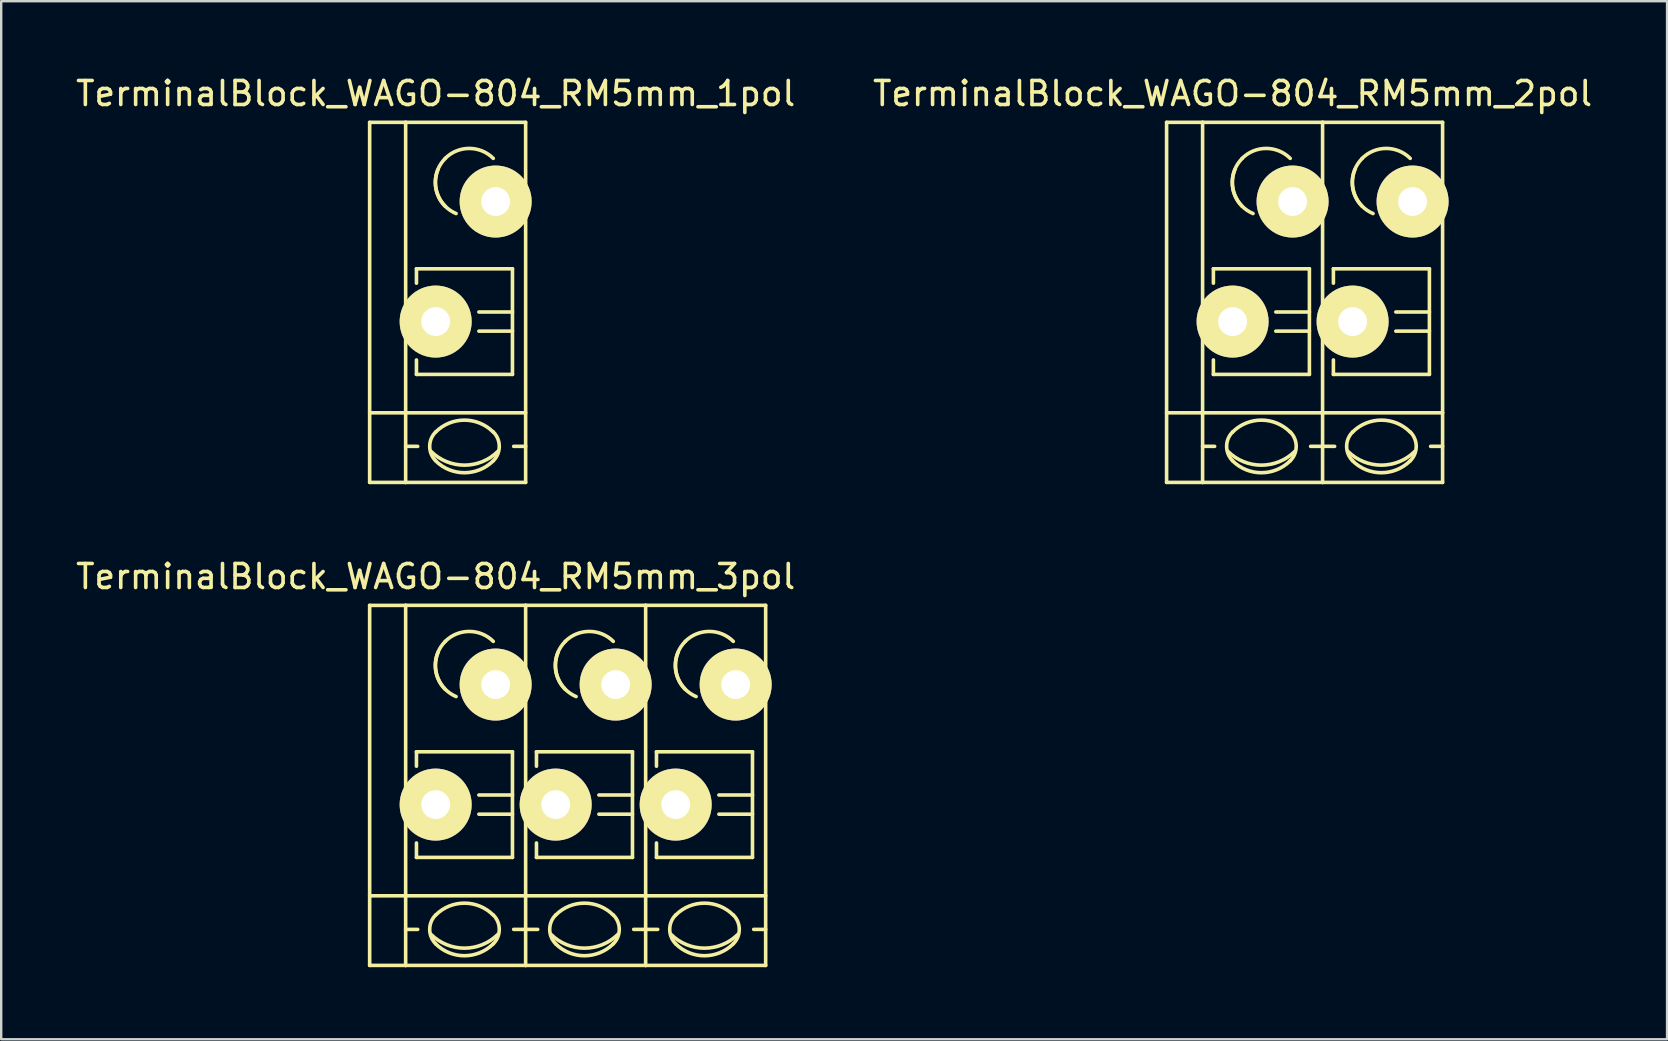
<source format=kicad_pcb>
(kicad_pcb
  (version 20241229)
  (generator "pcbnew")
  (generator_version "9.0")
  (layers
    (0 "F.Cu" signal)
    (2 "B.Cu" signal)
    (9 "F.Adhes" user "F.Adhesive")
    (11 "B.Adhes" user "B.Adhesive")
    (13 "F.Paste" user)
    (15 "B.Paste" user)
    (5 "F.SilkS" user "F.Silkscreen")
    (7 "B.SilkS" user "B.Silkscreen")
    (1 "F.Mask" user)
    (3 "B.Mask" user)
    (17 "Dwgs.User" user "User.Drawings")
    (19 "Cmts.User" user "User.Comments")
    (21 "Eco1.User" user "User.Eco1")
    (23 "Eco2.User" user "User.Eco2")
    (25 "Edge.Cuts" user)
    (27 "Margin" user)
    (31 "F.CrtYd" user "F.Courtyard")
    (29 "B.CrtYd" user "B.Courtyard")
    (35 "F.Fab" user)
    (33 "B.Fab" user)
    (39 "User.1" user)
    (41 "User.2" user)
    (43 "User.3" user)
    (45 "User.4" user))
  (footprint "TerminalBlock_WAGO-804_RM5mm_3pol"
    (layer "F.Cu")
    (at 15.101 30.472)
    (property "Reference" "TerminalBlock_WAGO-804_RM5mm_3pol" (at 0 -9.5 0) (layer "F.SilkS") (effects (font (size 1 1) (thickness 0.15))))
    (attr through_hole)
    (fp_line (start -2.75 -8.3) (end -1.25 -8.3) (stroke (width 0.15) (type solid)) (layer "F.SilkS"))
    (fp_line (start -2.75 6.7) (end -2.75 -8.3) (stroke (width 0.15) (type solid)) (layer "F.SilkS"))
    (fp_line (start -1.25 6.7) (end -2.75 6.7) (stroke (width 0.15) (type solid)) (layer "F.SilkS"))
    (fp_line (start -1.25 5.199) (end -0.749 5.199) (stroke (width 0.15) (type solid)) (layer "F.SilkS"))
    (fp_line (start -1.25 6.701) (end -1.25 -8.301) (stroke (width 0.15) (type solid)) (layer "F.SilkS"))
    (fp_line (start -0.8 -2.2) (end -0.8 -1.6) (stroke (width 0.15) (type solid)) (layer "F.SilkS"))
    (fp_line (start -0.8 -2.2) (end 3.2 -2.2) (stroke (width 0.15) (type solid)) (layer "F.SilkS"))
    (fp_line (start -0.8 2.2) (end -0.8 1.6) (stroke (width 0.15) (type solid)) (layer "F.SilkS"))
    (fp_line (start 3.2 -2.2) (end 3.2 2.2) (stroke (width 0.15) (type solid)) (layer "F.SilkS"))
    (fp_line (start 3.2 -0.399) (end 1.801 -0.399) (stroke (width 0.15) (type solid)) (layer "F.SilkS"))
    (fp_line (start 3.2 0.399) (end 1.801 0.399) (stroke (width 0.15) (type solid)) (layer "F.SilkS"))
    (fp_line (start 3.2 2.2) (end -0.8 2.2) (stroke (width 0.15) (type solid)) (layer "F.SilkS"))
    (fp_line (start 3.749 -8.301) (end -1.25 -8.301) (stroke (width 0.15) (type solid)) (layer "F.SilkS"))
    (fp_line (start 3.749 -8.301) (end 3.749 6.701) (stroke (width 0.15) (type solid)) (layer "F.SilkS"))
    (fp_line (start 3.749 5.199) (end 3.251 5.199) (stroke (width 0.15) (type solid)) (layer "F.SilkS"))
    (fp_line (start 3.749 6.701) (end -1.25 6.701) (stroke (width 0.15) (type solid)) (layer "F.SilkS"))
    (fp_line (start 3.75 3.8) (end -2.75 3.8) (stroke (width 0.15) (type solid)) (layer "F.SilkS"))
    (fp_line (start 3.75 3.8) (end 8.75 3.8) (stroke (width 0.15) (type solid)) (layer "F.SilkS"))
    (fp_line (start 3.75 5.199) (end 4.251 5.199) (stroke (width 0.15) (type solid)) (layer "F.SilkS"))
    (fp_line (start 4.2 -2.2) (end 4.2 -1.6) (stroke (width 0.15) (type solid)) (layer "F.SilkS"))
    (fp_line (start 4.2 -2.2) (end 8.2 -2.2) (stroke (width 0.15) (type solid)) (layer "F.SilkS"))
    (fp_line (start 4.2 2.2) (end 4.2 1.6) (stroke (width 0.15) (type solid)) (layer "F.SilkS"))
    (fp_line (start 8.2 -2.2) (end 8.2 2.2) (stroke (width 0.15) (type solid)) (layer "F.SilkS"))
    (fp_line (start 8.2 -0.399) (end 6.801 -0.399) (stroke (width 0.15) (type solid)) (layer "F.SilkS"))
    (fp_line (start 8.2 0.399) (end 6.801 0.399) (stroke (width 0.15) (type solid)) (layer "F.SilkS"))
    (fp_line (start 8.2 2.2) (end 4.2 2.2) (stroke (width 0.15) (type solid)) (layer "F.SilkS"))
    (fp_line (start 8.749 -8.301) (end 3.75 -8.301) (stroke (width 0.15) (type solid)) (layer "F.SilkS"))
    (fp_line (start 8.749 -8.301) (end 8.749 6.701) (stroke (width 0.15) (type solid)) (layer "F.SilkS"))
    (fp_line (start 8.749 5.199) (end 8.251 5.199) (stroke (width 0.15) (type solid)) (layer "F.SilkS"))
    (fp_line (start 8.749 6.701) (end 3.75 6.701) (stroke (width 0.15) (type solid)) (layer "F.SilkS"))
    (fp_line (start 8.75 3.8) (end 13.75 3.8) (stroke (width 0.15) (type solid)) (layer "F.SilkS"))
    (fp_line (start 8.75 5.199) (end 9.251 5.199) (stroke (width 0.15) (type solid)) (layer "F.SilkS"))
    (fp_line (start 9.2 -2.2) (end 9.2 -1.6) (stroke (width 0.15) (type solid)) (layer "F.SilkS"))
    (fp_line (start 9.2 -2.2) (end 13.2 -2.2) (stroke (width 0.15) (type solid)) (layer "F.SilkS"))
    (fp_line (start 9.2 2.2) (end 9.2 1.6) (stroke (width 0.15) (type solid)) (layer "F.SilkS"))
    (fp_line (start 13.2 -2.2) (end 13.2 2.2) (stroke (width 0.15) (type solid)) (layer "F.SilkS"))
    (fp_line (start 13.2 -0.399) (end 11.801 -0.399) (stroke (width 0.15) (type solid)) (layer "F.SilkS"))
    (fp_line (start 13.2 0.399) (end 11.801 0.399) (stroke (width 0.15) (type solid)) (layer "F.SilkS"))
    (fp_line (start 13.2 2.2) (end 9.2 2.2) (stroke (width 0.15) (type solid)) (layer "F.SilkS"))
    (fp_line (start 13.749 -8.301) (end 8.75 -8.301) (stroke (width 0.15) (type solid)) (layer "F.SilkS"))
    (fp_line (start 13.749 -8.301) (end 13.749 6.701) (stroke (width 0.15) (type solid)) (layer "F.SilkS"))
    (fp_line (start 13.749 5.199) (end 13.251 5.199) (stroke (width 0.15) (type solid)) (layer "F.SilkS"))
    (fp_line (start 13.749 6.701) (end 8.75 6.701) (stroke (width 0.15) (type solid)) (layer "F.SilkS"))
    (fp_arc (start 0 4.60248) (mid 1.19888 4.105888) (end 2.39776 4.60248) (stroke (width 0.15) (type solid)) (layer "F.SilkS"))
    (fp_arc (start 0 5.79882) (mid -0.248296 5.19938) (end 0 4.59994) (stroke (width 0.15) (type solid)) (layer "F.SilkS"))
    (fp_arc (start 0.39878 -6.79958) (mid 1.39954 -7.214108) (end 2.4003 -6.79958) (stroke (width 0.15) (type solid)) (layer "F.SilkS"))
    (fp_arc (start 0.39878 -4.8006) (mid -0.013952 -5.800616) (end 0.40132 -6.79958) (stroke (width 0.15) (type solid)) (layer "F.SilkS"))
    (fp_arc (start 0.8509 -4.50088) (mid 0.093811 -5.268985) (end 0.1016 -6.34746) (stroke (width 0.15) (type solid)) (layer "F.SilkS"))
    (fp_arc (start 2.4003 5.79882) (mid 1.200676 6.297208) (end 0 5.80136) (stroke (width 0.15) (type solid)) (layer "F.SilkS"))
    (fp_arc (start 2.40284 4.59994) (mid 2.650392 5.201176) (end 2.4003 5.80136) (stroke (width 0.15) (type solid)) (layer "F.SilkS"))
    (fp_arc (start 2.60096 5.40004) (mid 1.200676 5.981545) (end -0.20066 5.40258) (stroke (width 0.15) (type solid)) (layer "F.SilkS"))
    (fp_arc (start 5 4.60248) (mid 6.19888 4.105888) (end 7.39776 4.60248) (stroke (width 0.15) (type solid)) (layer "F.SilkS"))
    (fp_arc (start 5 5.79882) (mid 4.751704 5.19938) (end 5 4.59994) (stroke (width 0.15) (type solid)) (layer "F.SilkS"))
    (fp_arc (start 5.39878 -6.79958) (mid 6.39954 -7.214108) (end 7.4003 -6.79958) (stroke (width 0.15) (type solid)) (layer "F.SilkS"))
    (fp_arc (start 5.39878 -4.8006) (mid 4.986048 -5.800616) (end 5.40132 -6.79958) (stroke (width 0.15) (type solid)) (layer "F.SilkS"))
    (fp_arc (start 5.8509 -4.50088) (mid 5.093811 -5.268985) (end 5.1016 -6.34746) (stroke (width 0.15) (type solid)) (layer "F.SilkS"))
    (fp_arc (start 7.4003 5.79882) (mid 6.200676 6.297208) (end 5 5.80136) (stroke (width 0.15) (type solid)) (layer "F.SilkS"))
    (fp_arc (start 7.40284 4.59994) (mid 7.650392 5.201176) (end 7.4003 5.80136) (stroke (width 0.15) (type solid)) (layer "F.SilkS"))
    (fp_arc (start 7.60096 5.40004) (mid 6.200676 5.981545) (end 4.79934 5.40258) (stroke (width 0.15) (type solid)) (layer "F.SilkS"))
    (fp_arc (start 10 4.60248) (mid 11.19888 4.105888) (end 12.39776 4.60248) (stroke (width 0.15) (type solid)) (layer "F.SilkS"))
    (fp_arc (start 10 5.79882) (mid 9.751704 5.19938) (end 10 4.59994) (stroke (width 0.15) (type solid)) (layer "F.SilkS"))
    (fp_arc (start 10.39878 -6.79958) (mid 11.39954 -7.214108) (end 12.4003 -6.79958) (stroke (width 0.15) (type solid)) (layer "F.SilkS"))
    (fp_arc (start 10.39878 -4.8006) (mid 9.986048 -5.800616) (end 10.40132 -6.79958) (stroke (width 0.15) (type solid)) (layer "F.SilkS"))
    (fp_arc (start 10.8509 -4.50088) (mid 10.093811 -5.268985) (end 10.1016 -6.34746) (stroke (width 0.15) (type solid)) (layer "F.SilkS"))
    (fp_arc (start 12.4003 5.79882) (mid 11.200676 6.297208) (end 10 5.80136) (stroke (width 0.15) (type solid)) (layer "F.SilkS"))
    (fp_arc (start 12.40284 4.59994) (mid 12.650392 5.201176) (end 12.4003 5.80136) (stroke (width 0.15) (type solid)) (layer "F.SilkS"))
    (fp_arc (start 12.60096 5.40004) (mid 11.200676 5.981545) (end 9.79934 5.40258) (stroke (width 0.15) (type solid)) (layer "F.SilkS"))
    (pad "1" thru_hole circle (at 0 0) (size 3 3) (drill 1.2) (layers "*.Cu" "*.Mask" "F.SilkS"))
    (pad "1" thru_hole circle (at 2.499 -5.001) (size 3 3) (drill 1.2) (layers "*.Cu" "*.Mask" "F.SilkS"))
    (pad "2" thru_hole circle (at 5 0) (size 3 3) (drill 1.2) (layers "*.Cu" "*.Mask" "F.SilkS"))
    (pad "2" thru_hole circle (at 7.499 -5.001) (size 3 3) (drill 1.2) (layers "*.Cu" "*.Mask" "F.SilkS"))
    (pad "3" thru_hole circle (at 10 0) (size 3 3) (drill 1.2) (layers "*.Cu" "*.Mask" "F.SilkS"))
    (pad "3" thru_hole circle (at 12.499 -5.001) (size 3 3) (drill 1.2) (layers "*.Cu" "*.Mask" "F.SilkS")))
  (footprint "TerminalBlock_WAGO-804_RM5mm_1pol"
    (layer "F.Cu")
    (at 15.101 10.348)
    (property "Reference" "TerminalBlock_WAGO-804_RM5mm_1pol" (at 0 -9.5 0) (layer "F.SilkS") (effects (font (size 1 1) (thickness 0.15))))
    (attr through_hole)
    (fp_line (start -2.75 -8.3) (end -1.25 -8.3) (stroke (width 0.15) (type solid)) (layer "F.SilkS"))
    (fp_line (start -2.75 6.7) (end -2.75 -8.3) (stroke (width 0.15) (type solid)) (layer "F.SilkS"))
    (fp_line (start -1.25 6.7) (end -2.75 6.7) (stroke (width 0.15) (type solid)) (layer "F.SilkS"))
    (fp_line (start -1.25 5.199) (end -0.749 5.199) (stroke (width 0.15) (type solid)) (layer "F.SilkS"))
    (fp_line (start -1.25 6.701) (end -1.25 -8.301) (stroke (width 0.15) (type solid)) (layer "F.SilkS"))
    (fp_line (start -0.8 -2.2) (end -0.8 -1.6) (stroke (width 0.15) (type solid)) (layer "F.SilkS"))
    (fp_line (start -0.8 -2.2) (end 3.2 -2.2) (stroke (width 0.15) (type solid)) (layer "F.SilkS"))
    (fp_line (start -0.8 2.2) (end -0.8 1.6) (stroke (width 0.15) (type solid)) (layer "F.SilkS"))
    (fp_line (start 3.2 -2.2) (end 3.2 2.2) (stroke (width 0.15) (type solid)) (layer "F.SilkS"))
    (fp_line (start 3.2 -0.399) (end 1.801 -0.399) (stroke (width 0.15) (type solid)) (layer "F.SilkS"))
    (fp_line (start 3.2 0.399) (end 1.801 0.399) (stroke (width 0.15) (type solid)) (layer "F.SilkS"))
    (fp_line (start 3.2 2.2) (end -0.8 2.2) (stroke (width 0.15) (type solid)) (layer "F.SilkS"))
    (fp_line (start 3.749 -8.301) (end -1.25 -8.301) (stroke (width 0.15) (type solid)) (layer "F.SilkS"))
    (fp_line (start 3.749 -8.301) (end 3.749 6.701) (stroke (width 0.15) (type solid)) (layer "F.SilkS"))
    (fp_line (start 3.749 5.199) (end 3.251 5.199) (stroke (width 0.15) (type solid)) (layer "F.SilkS"))
    (fp_line (start 3.749 6.701) (end -1.25 6.701) (stroke (width 0.15) (type solid)) (layer "F.SilkS"))
    (fp_line (start 3.75 3.8) (end -2.75 3.8) (stroke (width 0.15) (type solid)) (layer "F.SilkS"))
    (fp_arc (start 0 4.60248) (mid 1.19888 4.105888) (end 2.39776 4.60248) (stroke (width 0.15) (type solid)) (layer "F.SilkS"))
    (fp_arc (start 0 5.79882) (mid -0.248296 5.19938) (end 0 4.59994) (stroke (width 0.15) (type solid)) (layer "F.SilkS"))
    (fp_arc (start 0.39878 -6.79958) (mid 1.39954 -7.214108) (end 2.4003 -6.79958) (stroke (width 0.15) (type solid)) (layer "F.SilkS"))
    (fp_arc (start 0.39878 -4.8006) (mid -0.013952 -5.800616) (end 0.40132 -6.79958) (stroke (width 0.15) (type solid)) (layer "F.SilkS"))
    (fp_arc (start 0.8509 -4.50088) (mid 0.093811 -5.268985) (end 0.1016 -6.34746) (stroke (width 0.15) (type solid)) (layer "F.SilkS"))
    (fp_arc (start 2.4003 5.79882) (mid 1.200676 6.297208) (end 0 5.80136) (stroke (width 0.15) (type solid)) (layer "F.SilkS"))
    (fp_arc (start 2.40284 4.59994) (mid 2.650392 5.201176) (end 2.4003 5.80136) (stroke (width 0.15) (type solid)) (layer "F.SilkS"))
    (fp_arc (start 2.60096 5.40004) (mid 1.200676 5.981545) (end -0.20066 5.40258) (stroke (width 0.15) (type solid)) (layer "F.SilkS"))
    (pad "1" thru_hole circle (at 0 0) (size 3 3) (drill 1.2) (layers "*.Cu" "*.Mask" "F.SilkS"))
    (pad "1" thru_hole circle (at 2.499 -5.001) (size 3 3) (drill 1.2) (layers "*.Cu" "*.Mask" "F.SilkS")))
  (footprint "TerminalBlock_WAGO-804_RM5mm_2pol"
    (layer "F.Cu")
    (at 48.304 10.348)
    (property "Reference" "TerminalBlock_WAGO-804_RM5mm_2pol" (at 0 -9.5 0) (layer "F.SilkS") (effects (font (size 1 1) (thickness 0.15))))
    (attr through_hole)
    (fp_line (start -2.75 -8.3) (end -1.25 -8.3) (stroke (width 0.15) (type solid)) (layer "F.SilkS"))
    (fp_line (start -2.75 6.7) (end -2.75 -8.3) (stroke (width 0.15) (type solid)) (layer "F.SilkS"))
    (fp_line (start -1.25 6.7) (end -2.75 6.7) (stroke (width 0.15) (type solid)) (layer "F.SilkS"))
    (fp_line (start -1.25 5.199) (end -0.749 5.199) (stroke (width 0.15) (type solid)) (layer "F.SilkS"))
    (fp_line (start -1.25 6.701) (end -1.25 -8.301) (stroke (width 0.15) (type solid)) (layer "F.SilkS"))
    (fp_line (start -0.8 -2.2) (end -0.8 -1.6) (stroke (width 0.15) (type solid)) (layer "F.SilkS"))
    (fp_line (start -0.8 -2.2) (end 3.2 -2.2) (stroke (width 0.15) (type solid)) (layer "F.SilkS"))
    (fp_line (start -0.8 2.2) (end -0.8 1.6) (stroke (width 0.15) (type solid)) (layer "F.SilkS"))
    (fp_line (start 3.2 -2.2) (end 3.2 2.2) (stroke (width 0.15) (type solid)) (layer "F.SilkS"))
    (fp_line (start 3.2 -0.399) (end 1.801 -0.399) (stroke (width 0.15) (type solid)) (layer "F.SilkS"))
    (fp_line (start 3.2 0.399) (end 1.801 0.399) (stroke (width 0.15) (type solid)) (layer "F.SilkS"))
    (fp_line (start 3.2 2.2) (end -0.8 2.2) (stroke (width 0.15) (type solid)) (layer "F.SilkS"))
    (fp_line (start 3.749 -8.301) (end -1.25 -8.301) (stroke (width 0.15) (type solid)) (layer "F.SilkS"))
    (fp_line (start 3.749 -8.301) (end 3.749 6.701) (stroke (width 0.15) (type solid)) (layer "F.SilkS"))
    (fp_line (start 3.749 5.199) (end 3.251 5.199) (stroke (width 0.15) (type solid)) (layer "F.SilkS"))
    (fp_line (start 3.749 6.701) (end -1.25 6.701) (stroke (width 0.15) (type solid)) (layer "F.SilkS"))
    (fp_line (start 3.75 3.8) (end -2.75 3.8) (stroke (width 0.15) (type solid)) (layer "F.SilkS"))
    (fp_line (start 3.75 3.8) (end 8.75 3.8) (stroke (width 0.15) (type solid)) (layer "F.SilkS"))
    (fp_line (start 3.75 5.199) (end 4.251 5.199) (stroke (width 0.15) (type solid)) (layer "F.SilkS"))
    (fp_line (start 4.2 -2.2) (end 4.2 -1.6) (stroke (width 0.15) (type solid)) (layer "F.SilkS"))
    (fp_line (start 4.2 -2.2) (end 8.2 -2.2) (stroke (width 0.15) (type solid)) (layer "F.SilkS"))
    (fp_line (start 4.2 2.2) (end 4.2 1.6) (stroke (width 0.15) (type solid)) (layer "F.SilkS"))
    (fp_line (start 8.2 -2.2) (end 8.2 2.2) (stroke (width 0.15) (type solid)) (layer "F.SilkS"))
    (fp_line (start 8.2 -0.399) (end 6.801 -0.399) (stroke (width 0.15) (type solid)) (layer "F.SilkS"))
    (fp_line (start 8.2 0.399) (end 6.801 0.399) (stroke (width 0.15) (type solid)) (layer "F.SilkS"))
    (fp_line (start 8.2 2.2) (end 4.2 2.2) (stroke (width 0.15) (type solid)) (layer "F.SilkS"))
    (fp_line (start 8.749 -8.301) (end 3.75 -8.301) (stroke (width 0.15) (type solid)) (layer "F.SilkS"))
    (fp_line (start 8.749 -8.301) (end 8.749 6.701) (stroke (width 0.15) (type solid)) (layer "F.SilkS"))
    (fp_line (start 8.749 5.199) (end 8.251 5.199) (stroke (width 0.15) (type solid)) (layer "F.SilkS"))
    (fp_line (start 8.749 6.701) (end 3.75 6.701) (stroke (width 0.15) (type solid)) (layer "F.SilkS"))
    (fp_arc (start 0 4.60248) (mid 1.19888 4.105888) (end 2.39776 4.60248) (stroke (width 0.15) (type solid)) (layer "F.SilkS"))
    (fp_arc (start 0 5.79882) (mid -0.248296 5.19938) (end 0 4.59994) (stroke (width 0.15) (type solid)) (layer "F.SilkS"))
    (fp_arc (start 0.39878 -6.79958) (mid 1.39954 -7.214108) (end 2.4003 -6.79958) (stroke (width 0.15) (type solid)) (layer "F.SilkS"))
    (fp_arc (start 0.39878 -4.8006) (mid -0.013952 -5.800616) (end 0.40132 -6.79958) (stroke (width 0.15) (type solid)) (layer "F.SilkS"))
    (fp_arc (start 0.8509 -4.50088) (mid 0.093811 -5.268985) (end 0.1016 -6.34746) (stroke (width 0.15) (type solid)) (layer "F.SilkS"))
    (fp_arc (start 2.4003 5.79882) (mid 1.200676 6.297208) (end 0 5.80136) (stroke (width 0.15) (type solid)) (layer "F.SilkS"))
    (fp_arc (start 2.40284 4.59994) (mid 2.650392 5.201176) (end 2.4003 5.80136) (stroke (width 0.15) (type solid)) (layer "F.SilkS"))
    (fp_arc (start 2.60096 5.40004) (mid 1.200676 5.981545) (end -0.20066 5.40258) (stroke (width 0.15) (type solid)) (layer "F.SilkS"))
    (fp_arc (start 5 4.60248) (mid 6.19888 4.105888) (end 7.39776 4.60248) (stroke (width 0.15) (type solid)) (layer "F.SilkS"))
    (fp_arc (start 5 5.79882) (mid 4.751704 5.19938) (end 5 4.59994) (stroke (width 0.15) (type solid)) (layer "F.SilkS"))
    (fp_arc (start 5.39878 -6.79958) (mid 6.39954 -7.214108) (end 7.4003 -6.79958) (stroke (width 0.15) (type solid)) (layer "F.SilkS"))
    (fp_arc (start 5.39878 -4.8006) (mid 4.986048 -5.800616) (end 5.40132 -6.79958) (stroke (width 0.15) (type solid)) (layer "F.SilkS"))
    (fp_arc (start 5.8509 -4.50088) (mid 5.093811 -5.268985) (end 5.1016 -6.34746) (stroke (width 0.15) (type solid)) (layer "F.SilkS"))
    (fp_arc (start 7.4003 5.79882) (mid 6.200676 6.297208) (end 5 5.80136) (stroke (width 0.15) (type solid)) (layer "F.SilkS"))
    (fp_arc (start 7.40284 4.59994) (mid 7.650392 5.201176) (end 7.4003 5.80136) (stroke (width 0.15) (type solid)) (layer "F.SilkS"))
    (fp_arc (start 7.60096 5.40004) (mid 6.200676 5.981545) (end 4.79934 5.40258) (stroke (width 0.15) (type solid)) (layer "F.SilkS"))
    (pad "1" thru_hole circle (at 0 0) (size 3 3) (drill 1.2) (layers "*.Cu" "*.Mask" "F.SilkS"))
    (pad "1" thru_hole circle (at 2.499 -5.001) (size 3 3) (drill 1.2) (layers "*.Cu" "*.Mask" "F.SilkS"))
    (pad "2" thru_hole circle (at 5 0) (size 3 3) (drill 1.2) (layers "*.Cu" "*.Mask" "F.SilkS"))
    (pad "2" thru_hole circle (at 7.499 -5.001) (size 3 3) (drill 1.2) (layers "*.Cu" "*.Mask" "F.SilkS")))
  (gr_rect
    (start -3 -3)
    (end 66.405 40.248)
    (stroke (width 0.1) (type default))
    (fill no)
    (layer "Edge.Cuts")))
</source>
